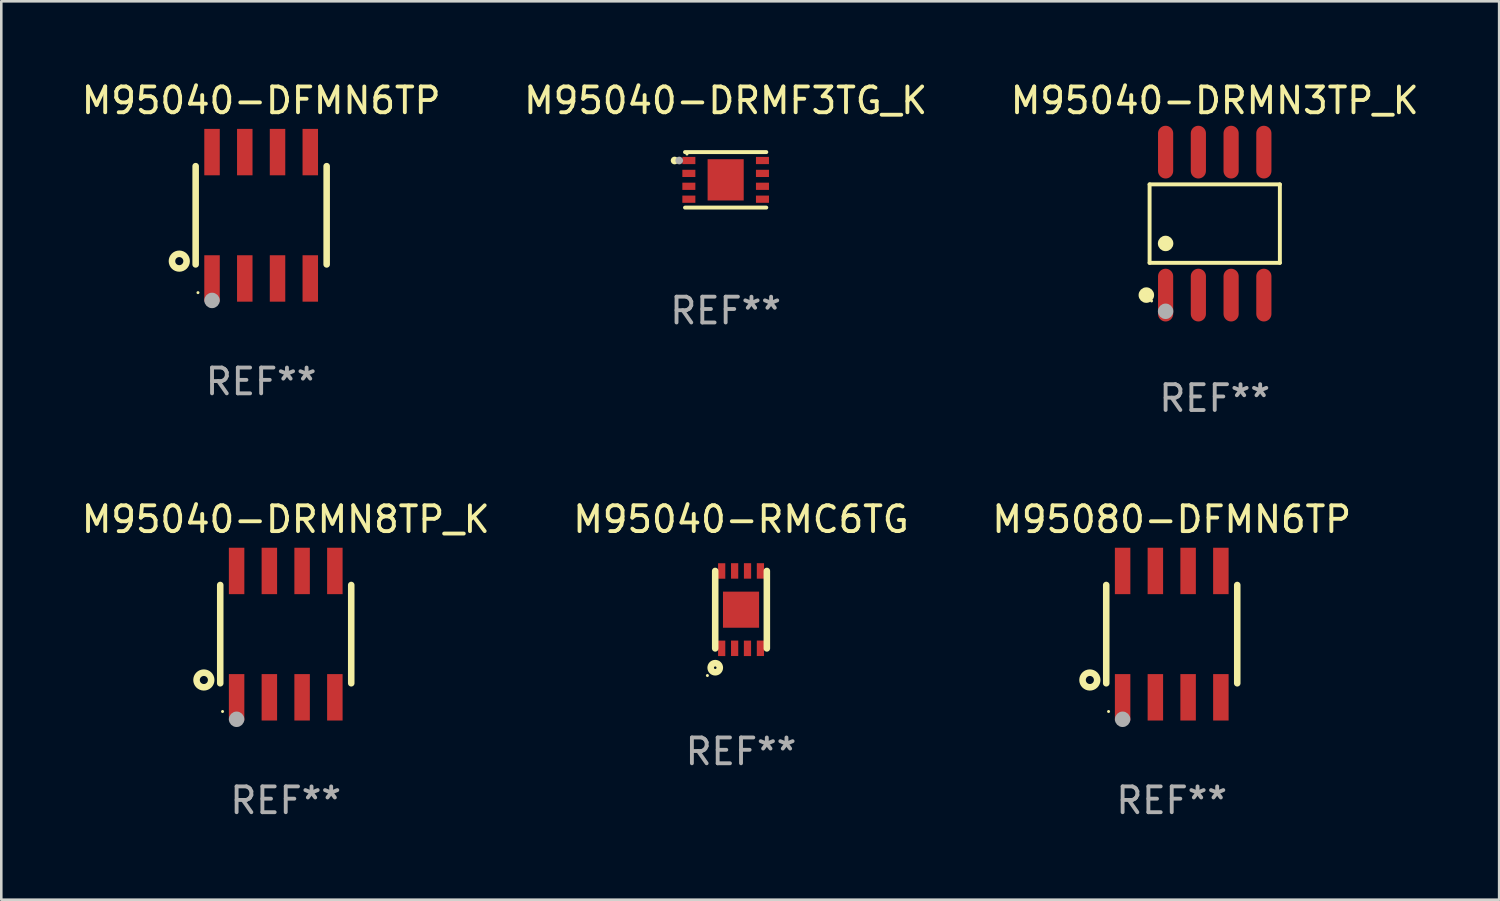
<source format=kicad_pcb>
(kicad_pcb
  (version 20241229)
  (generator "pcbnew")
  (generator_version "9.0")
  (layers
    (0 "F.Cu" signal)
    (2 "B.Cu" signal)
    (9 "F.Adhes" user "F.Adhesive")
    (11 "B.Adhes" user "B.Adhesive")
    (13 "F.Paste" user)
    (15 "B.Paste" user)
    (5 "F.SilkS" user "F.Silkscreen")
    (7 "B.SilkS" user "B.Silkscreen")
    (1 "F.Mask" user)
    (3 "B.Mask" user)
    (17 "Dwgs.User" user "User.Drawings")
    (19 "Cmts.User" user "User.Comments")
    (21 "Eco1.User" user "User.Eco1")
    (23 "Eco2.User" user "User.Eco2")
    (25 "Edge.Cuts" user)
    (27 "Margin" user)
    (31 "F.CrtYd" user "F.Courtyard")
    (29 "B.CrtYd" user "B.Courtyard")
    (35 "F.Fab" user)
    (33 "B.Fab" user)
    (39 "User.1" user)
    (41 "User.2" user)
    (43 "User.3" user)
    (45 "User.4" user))
  (footprint "M95040-DRMN8TP_K"
    (layer "F.Cu")
    (at 8.03 21.54)
    (property "Reference" "M95040-DRMN8TP_K" (at 0 -4.45 0) (layer "F.SilkS") (effects (font (size 1 1) (thickness 0.15))))
    (attr through_hole)
    (fp_line (start -2.54 -1.905) (end -2.54 1.905) (stroke (width 0.254) (type solid)) (layer "F.SilkS"))
    (fp_line (start 2.54 -1.905) (end 2.54 1.905) (stroke (width 0.254) (type solid)) (layer "F.SilkS"))
    (fp_circle (center -3.175 1.778) (end -2.891 1.778) (stroke (width 0.254) (type solid)) (fill no) (layer "F.SilkS"))
    (fp_circle (center -2.45 3) (end -2.42 3) (stroke (width 0.06) (type solid)) (fill no) (layer "F.SilkS"))
    (fp_circle (center -1.905 3.302) (end -1.755 3.302) (stroke (width 0.3) (type solid)) (fill no) (layer "F.Fab"))
    (fp_text user "REF**" (at 0 6.45 0) (layer "F.Fab") (effects (font (size 1 1) (thickness 0.15))))
    (pad "1" smd rect (at -1.905 2.45) (size 0.6 1.8) (layers "F.Cu" "F.Mask" "F.Paste"))
    (pad "2" smd rect (at -0.635 2.45) (size 0.6 1.8) (layers "F.Cu" "F.Mask" "F.Paste"))
    (pad "3" smd rect (at 0.635 2.45) (size 0.6 1.8) (layers "F.Cu" "F.Mask" "F.Paste"))
    (pad "4" smd rect (at 1.905 2.45) (size 0.6 1.8) (layers "F.Cu" "F.Mask" "F.Paste"))
    (pad "5" smd rect (at 1.905 -2.45 180) (size 0.6 1.8) (layers "F.Cu" "F.Mask" "F.Paste"))
    (pad "6" smd rect (at 0.635 -2.45 180) (size 0.6 1.8) (layers "F.Cu" "F.Mask" "F.Paste"))
    (pad "7" smd rect (at -0.635 -2.45 180) (size 0.6 1.8) (layers "F.Cu" "F.Mask" "F.Paste"))
    (pad "8" smd rect (at -1.905 -2.45 180) (size 0.6 1.8) (layers "F.Cu" "F.Mask" "F.Paste")))
  (footprint "M95040-DRMN3TP_K"
    (layer "F.Cu")
    (at 44.054 5.621)
    (property "Reference" "M95040-DRMN3TP_K" (at 0 -4.772 0) (layer "F.SilkS") (effects (font (size 1 1) (thickness 0.15))))
    (attr through_hole)
    (fp_line (start -2.526 -1.521) (end 2.526 -1.521) (stroke (width 0.152) (type solid)) (layer "F.SilkS"))
    (fp_line (start -2.526 1.521) (end -2.526 -1.521) (stroke (width 0.152) (type solid)) (layer "F.SilkS"))
    (fp_line (start 2.526 -1.521) (end 2.526 1.521) (stroke (width 0.152) (type solid)) (layer "F.SilkS"))
    (fp_line (start 2.526 1.521) (end -2.526 1.521) (stroke (width 0.152) (type solid)) (layer "F.SilkS"))
    (fp_circle (center -2.652 2.772) (end -2.501 2.772) (stroke (width 0.3) (type solid)) (fill no) (layer "F.SilkS"))
    (fp_circle (center -2.45 3) (end -2.42 3) (stroke (width 0.06) (type solid)) (fill no) (layer "F.SilkS"))
    (fp_circle (center -1.905 0.769) (end -1.755 0.769) (stroke (width 0.3) (type solid)) (fill no) (layer "F.SilkS"))
    (fp_circle (center -1.905 3.4) (end -1.755 3.4) (stroke (width 0.3) (type solid)) (fill no) (layer "F.Fab"))
    (fp_text user "REF**" (at 0 6.772 0) (layer "F.Fab") (effects (font (size 1 1) (thickness 0.15))))
    (pad "1" smd oval (at -1.905 2.772) (size 0.588 2.045) (layers "F.Cu" "F.Mask" "F.Paste"))
    (pad "2" smd oval (at -0.635 2.772) (size 0.588 2.045) (layers "F.Cu" "F.Mask" "F.Paste"))
    (pad "3" smd oval (at 0.635 2.772) (size 0.588 2.045) (layers "F.Cu" "F.Mask" "F.Paste"))
    (pad "4" smd oval (at 1.905 2.772) (size 0.588 2.045) (layers "F.Cu" "F.Mask" "F.Paste"))
    (pad "5" smd oval (at 1.905 -2.772) (size 0.588 2.045) (layers "F.Cu" "F.Mask" "F.Paste"))
    (pad "6" smd oval (at 0.635 -2.772) (size 0.588 2.045) (layers "F.Cu" "F.Mask" "F.Paste"))
    (pad "7" smd oval (at -0.635 -2.772) (size 0.588 2.045) (layers "F.Cu" "F.Mask" "F.Paste"))
    (pad "8" smd oval (at -1.905 -2.772) (size 0.588 2.045) (layers "F.Cu" "F.Mask" "F.Paste")))
  (footprint "M95080-DFMN6TP"
    (layer "F.Cu")
    (at 42.387 21.54)
    (property "Reference" "M95080-DFMN6TP" (at 0 -4.45 0) (layer "F.SilkS") (effects (font (size 1 1) (thickness 0.15))))
    (attr through_hole)
    (fp_line (start -2.54 -1.905) (end -2.54 1.905) (stroke (width 0.254) (type solid)) (layer "F.SilkS"))
    (fp_line (start 2.54 -1.905) (end 2.54 1.905) (stroke (width 0.254) (type solid)) (layer "F.SilkS"))
    (fp_circle (center -3.175 1.778) (end -2.891 1.778) (stroke (width 0.254) (type solid)) (fill no) (layer "F.SilkS"))
    (fp_circle (center -2.45 3) (end -2.42 3) (stroke (width 0.06) (type solid)) (fill no) (layer "F.SilkS"))
    (fp_circle (center -1.905 3.302) (end -1.755 3.302) (stroke (width 0.3) (type solid)) (fill no) (layer "F.Fab"))
    (fp_text user "REF**" (at 0 6.45 0) (layer "F.Fab") (effects (font (size 1 1) (thickness 0.15))))
    (pad "1" smd rect (at -1.905 2.45) (size 0.6 1.8) (layers "F.Cu" "F.Mask" "F.Paste"))
    (pad "2" smd rect (at -0.635 2.45) (size 0.6 1.8) (layers "F.Cu" "F.Mask" "F.Paste"))
    (pad "3" smd rect (at 0.635 2.45) (size 0.6 1.8) (layers "F.Cu" "F.Mask" "F.Paste"))
    (pad "4" smd rect (at 1.905 2.45) (size 0.6 1.8) (layers "F.Cu" "F.Mask" "F.Paste"))
    (pad "5" smd rect (at 1.905 -2.45 180) (size 0.6 1.8) (layers "F.Cu" "F.Mask" "F.Paste"))
    (pad "6" smd rect (at 0.635 -2.45 180) (size 0.6 1.8) (layers "F.Cu" "F.Mask" "F.Paste"))
    (pad "7" smd rect (at -0.635 -2.45 180) (size 0.6 1.8) (layers "F.Cu" "F.Mask" "F.Paste"))
    (pad "8" smd rect (at -1.905 -2.45 180) (size 0.6 1.8) (layers "F.Cu" "F.Mask" "F.Paste")))
  (footprint "M95040-DRMF3TG_K"
    (layer "F.Cu")
    (at 25.089 3.924)
    (property "Reference" "M95040-DRMF3TG_K" (at 0 -3.076 0) (layer "F.SilkS") (effects (font (size 1 1) (thickness 0.15))))
    (attr through_hole)
    (fp_line (start -1.576 -1.076) (end 1.576 -1.076) (stroke (width 0.152) (type solid)) (layer "F.SilkS"))
    (fp_line (start -1.576 1.076) (end 1.576 1.076) (stroke (width 0.152) (type solid)) (layer "F.SilkS"))
    (fp_circle (center -1.98 -0.75) (end -1.905 -0.75) (stroke (width 0.15) (type solid)) (fill no) (layer "F.SilkS"))
    (fp_circle (center -1.5 -1) (end -1.47 -1) (stroke (width 0.06) (type solid)) (fill no) (layer "F.SilkS"))
    (fp_circle (center -1.8 -0.75) (end -1.725 -0.75) (stroke (width 0.15) (type solid)) (fill no) (layer "F.Fab"))
    (fp_text user "REF**" (at 0 5.076 0) (layer "F.Fab") (effects (font (size 1 1) (thickness 0.15))))
    (pad "1" smd rect (at -1.427 -0.75) (size 0.505 0.28) (layers "F.Cu" "F.Mask" "F.Paste"))
    (pad "2" smd rect (at -1.427 -0.25) (size 0.505 0.28) (layers "F.Cu" "F.Mask" "F.Paste"))
    (pad "3" smd rect (at -1.427 0.25) (size 0.505 0.28) (layers "F.Cu" "F.Mask" "F.Paste"))
    (pad "4" smd rect (at -1.427 0.75) (size 0.505 0.28) (layers "F.Cu" "F.Mask" "F.Paste"))
    (pad "5" smd rect (at 1.427 0.75) (size 0.505 0.28) (layers "F.Cu" "F.Mask" "F.Paste"))
    (pad "6" smd rect (at 1.427 0.25) (size 0.505 0.28) (layers "F.Cu" "F.Mask" "F.Paste"))
    (pad "7" smd rect (at 1.427 -0.25) (size 0.505 0.28) (layers "F.Cu" "F.Mask" "F.Paste"))
    (pad "8" smd rect (at 1.427 -0.75) (size 0.505 0.28) (layers "F.Cu" "F.Mask" "F.Paste"))
    (pad "9" smd rect (at 0 0) (size 1.4 1.6) (layers "F.Cu" "F.Mask" "F.Paste")))
  (footprint "M95040-RMC6TG"
    (layer "F.Cu")
    (at 25.685 20.591)
    (property "Reference" "M95040-RMC6TG" (at 0 -3.502 0) (layer "F.SilkS") (effects (font (size 1 1) (thickness 0.15))))
    (attr through_hole)
    (fp_line (start -1.001 1.502) (end -1.001 -1.501) (stroke (width 0.254) (type solid)) (layer "F.SilkS"))
    (fp_line (start 1.001 1.502) (end 1.001 -1.501) (stroke (width 0.254) (type solid)) (layer "F.SilkS"))
    (fp_circle (center -1.304 2.554) (end -1.274 2.554) (stroke (width 0.06) (type solid)) (fill no) (layer "F.SilkS"))
    (fp_circle (center -1 2.251) (end -0.823 2.251) (stroke (width 0.254) (type solid)) (fill no) (layer "F.SilkS"))
    (fp_text user "REF**" (at 0 5.502 0) (layer "F.Fab") (effects (font (size 1 1) (thickness 0.15))))
    (pad "1" smd rect (at -0.75 1.5 180) (size 0.28 0.6) (layers "F.Cu" "F.Mask" "F.Paste"))
    (pad "2" smd rect (at -0.248 1.498 180) (size 0.28 0.6) (layers "F.Cu" "F.Mask" "F.Paste"))
    (pad "3" smd rect (at 0.25 1.5 180) (size 0.28 0.6) (layers "F.Cu" "F.Mask" "F.Paste"))
    (pad "4" smd rect (at 0.752 1.498 180) (size 0.28 0.6) (layers "F.Cu" "F.Mask" "F.Paste"))
    (pad "5" smd rect (at 0.752 -1.502 180) (size 0.28 0.6) (layers "F.Cu" "F.Mask" "F.Paste"))
    (pad "6" smd rect (at 0.252 -1.502 180) (size 0.28 0.6) (layers "F.Cu" "F.Mask" "F.Paste"))
    (pad "7" smd rect (at -0.248 -1.502 180) (size 0.28 0.6) (layers "F.Cu" "F.Mask" "F.Paste"))
    (pad "8" smd rect (at -0.75 -1.5 180) (size 0.28 0.6) (layers "F.Cu" "F.Mask" "F.Paste"))
    (pad "9" smd rect (at 0.000051 0.001 270) (size 1.4 1.4) (layers "F.Cu" "F.Mask" "F.Paste")))
  (footprint "M95040-DFMN6TP"
    (layer "F.Cu")
    (at 7.077 5.298)
    (property "Reference" "M95040-DFMN6TP" (at 0 -4.45 0) (layer "F.SilkS") (effects (font (size 1 1) (thickness 0.15))))
    (attr through_hole)
    (fp_line (start -2.54 -1.905) (end -2.54 1.905) (stroke (width 0.254) (type solid)) (layer "F.SilkS"))
    (fp_line (start 2.54 -1.905) (end 2.54 1.905) (stroke (width 0.254) (type solid)) (layer "F.SilkS"))
    (fp_circle (center -3.175 1.778) (end -2.891 1.778) (stroke (width 0.254) (type solid)) (fill no) (layer "F.SilkS"))
    (fp_circle (center -2.45 3) (end -2.42 3) (stroke (width 0.06) (type solid)) (fill no) (layer "F.SilkS"))
    (fp_circle (center -1.905 3.302) (end -1.755 3.302) (stroke (width 0.3) (type solid)) (fill no) (layer "F.Fab"))
    (fp_text user "REF**" (at 0 6.45 0) (layer "F.Fab") (effects (font (size 1 1) (thickness 0.15))))
    (pad "1" smd rect (at -1.905 2.45) (size 0.6 1.8) (layers "F.Cu" "F.Mask" "F.Paste"))
    (pad "2" smd rect (at -0.635 2.45) (size 0.6 1.8) (layers "F.Cu" "F.Mask" "F.Paste"))
    (pad "3" smd rect (at 0.635 2.45) (size 0.6 1.8) (layers "F.Cu" "F.Mask" "F.Paste"))
    (pad "4" smd rect (at 1.905 2.45) (size 0.6 1.8) (layers "F.Cu" "F.Mask" "F.Paste"))
    (pad "5" smd rect (at 1.905 -2.45 180) (size 0.6 1.8) (layers "F.Cu" "F.Mask" "F.Paste"))
    (pad "6" smd rect (at 0.635 -2.45 180) (size 0.6 1.8) (layers "F.Cu" "F.Mask" "F.Paste"))
    (pad "7" smd rect (at -0.635 -2.45 180) (size 0.6 1.8) (layers "F.Cu" "F.Mask" "F.Paste"))
    (pad "8" smd rect (at -1.905 -2.45 180) (size 0.6 1.8) (layers "F.Cu" "F.Mask" "F.Paste")))
  (gr_rect
    (start -3 -3)
    (end 55.083 31.838)
    (stroke (width 0.1) (type default))
    (fill no)
    (layer "Edge.Cuts")))
</source>
